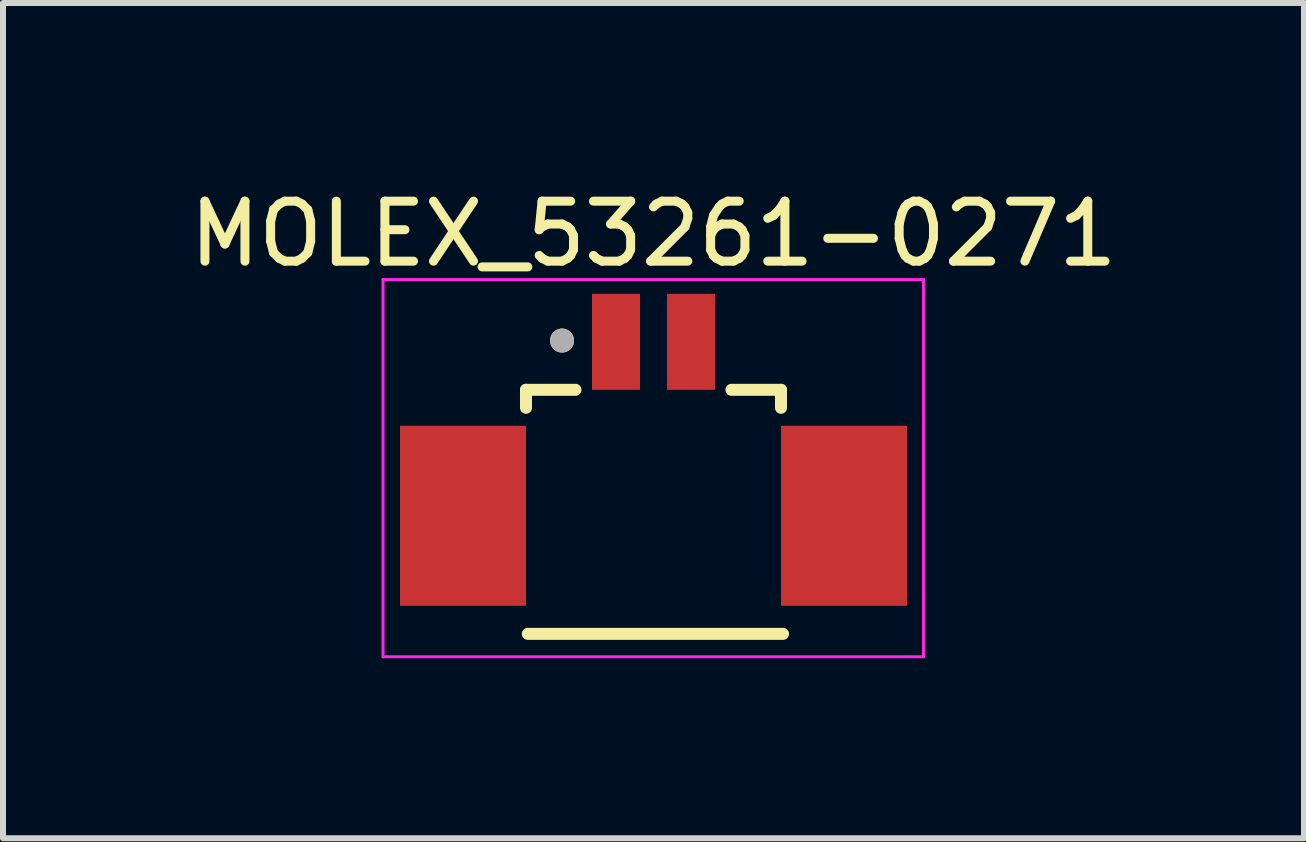
<source format=kicad_pcb>
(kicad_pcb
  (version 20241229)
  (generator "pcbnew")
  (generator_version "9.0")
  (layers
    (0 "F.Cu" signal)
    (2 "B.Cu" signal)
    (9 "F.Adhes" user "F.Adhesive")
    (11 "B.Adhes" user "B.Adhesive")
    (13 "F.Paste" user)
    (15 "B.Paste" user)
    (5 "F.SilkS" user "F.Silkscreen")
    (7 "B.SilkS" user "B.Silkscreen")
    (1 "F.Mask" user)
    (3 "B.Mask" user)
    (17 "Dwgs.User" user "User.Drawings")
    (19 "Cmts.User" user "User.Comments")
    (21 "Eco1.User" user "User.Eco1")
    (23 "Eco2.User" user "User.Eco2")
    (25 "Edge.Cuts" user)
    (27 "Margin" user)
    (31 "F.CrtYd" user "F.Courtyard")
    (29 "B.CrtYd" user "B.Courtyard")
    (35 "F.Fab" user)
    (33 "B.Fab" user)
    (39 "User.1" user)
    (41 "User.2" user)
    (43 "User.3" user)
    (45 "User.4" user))
  (footprint "MOLEX_53261-0271"
    (layer "F.Cu")
    (at 7.842 5.547)
    (property "Reference" "MOLEX_53261-0271" (at 0 -4.699 180) (layer "F.SilkS") (effects (font (size 1 1) (thickness 0.15))))
    (attr through_hole)
    (fp_line (start -2.125 -2.1) (end -2.125 -1.8) (stroke (width 0.2) (type solid)) (layer "F.SilkS"))
    (fp_line (start -2.125 -2.1) (end -1.3 -2.1) (stroke (width 0.2) (type solid)) (layer "F.SilkS"))
    (fp_line (start -2.095 1.968) (end 2.159 1.968) (stroke (width 0.2) (type solid)) (layer "F.SilkS"))
    (fp_line (start 2.125 -2.1) (end 1.3 -2.1) (stroke (width 0.2) (type solid)) (layer "F.SilkS"))
    (fp_line (start 2.125 -2.1) (end 2.125 -1.8) (stroke (width 0.2) (type solid)) (layer "F.SilkS"))
    (fp_circle (center -1.524 -2.921) (end -1.424 -2.921) (stroke (width 0.2) (type solid)) (fill no) (layer "F.SilkS"))
    (fp_line (start -4.508 -3.937) (end 4.5 -3.937) (stroke (width 0.05) (type solid)) (layer "F.CrtYd"))
    (fp_line (start -4.508 2.35) (end -4.508 -3.937) (stroke (width 0.05) (type solid)) (layer "F.CrtYd"))
    (fp_line (start 4.5 -3.937) (end 4.5 2.35) (stroke (width 0.05) (type solid)) (layer "F.CrtYd"))
    (fp_line (start 4.5 2.35) (end -4.5 2.35) (stroke (width 0.05) (type solid)) (layer "F.CrtYd"))
    (fp_circle (center -1.524 -2.921) (end -1.424 -2.921) (stroke (width 0.2) (type solid)) (fill no) (layer "F.Fab"))
    (pad "1" smd rect (at -0.625 -2.9) (size 0.8 1.6) (layers "F.Cu" "F.Mask" "F.Paste"))
    (pad "2" smd rect (at 0.625 -2.9) (size 0.8 1.6) (layers "F.Cu" "F.Mask" "F.Paste"))
    (pad "P1" smd rect (at -3.175 0) (size 2.1 3) (layers "F.Cu" "F.Mask" "F.Paste"))
    (pad "P2" smd rect (at 3.175 0) (size 2.1 3) (layers "F.Cu" "F.Mask" "F.Paste")))
  (gr_rect
    (start -3 -3)
    (end 18.684 10.922)
    (stroke (width 0.1) (type default))
    (fill no)
    (layer "Edge.Cuts")))
</source>
